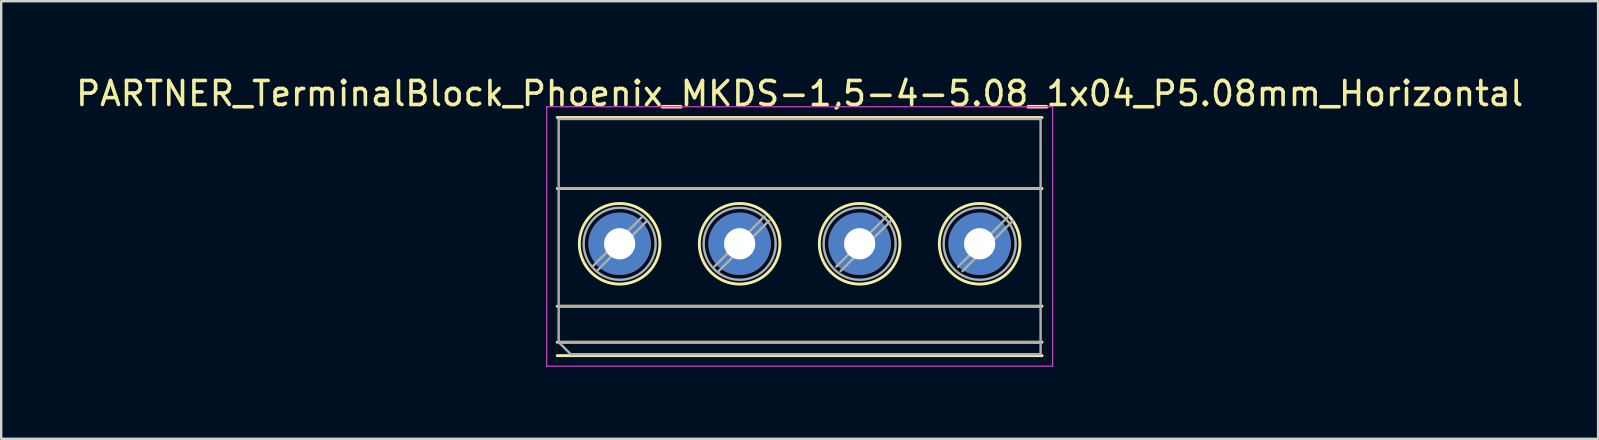
<source format=kicad_pcb>
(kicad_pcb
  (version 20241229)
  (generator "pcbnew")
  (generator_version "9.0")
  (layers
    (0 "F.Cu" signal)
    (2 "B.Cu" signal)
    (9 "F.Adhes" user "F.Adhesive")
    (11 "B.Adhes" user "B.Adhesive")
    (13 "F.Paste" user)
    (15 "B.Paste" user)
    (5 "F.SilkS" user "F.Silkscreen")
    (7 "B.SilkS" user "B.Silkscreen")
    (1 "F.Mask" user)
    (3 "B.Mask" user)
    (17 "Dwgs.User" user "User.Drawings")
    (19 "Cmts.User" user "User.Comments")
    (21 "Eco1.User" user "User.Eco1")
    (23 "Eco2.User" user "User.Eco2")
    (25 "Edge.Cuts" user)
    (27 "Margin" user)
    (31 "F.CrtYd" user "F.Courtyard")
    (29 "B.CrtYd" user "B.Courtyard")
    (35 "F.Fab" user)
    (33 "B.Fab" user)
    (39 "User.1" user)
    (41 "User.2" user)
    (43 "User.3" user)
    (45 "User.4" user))
  (footprint "PARTNER_TerminalBlock_Phoenix_MKDS-1,5-4-5.08_1x04_P5.08mm_Horizontal"
    (layer "F.Cu")
    (at 22.768 7.108)
    (property "Reference" "PARTNER_TerminalBlock_Phoenix_MKDS-1,5-4-5.08_1x04_P5.08mm_Horizontal" (at 7.5 -6.26 180) (layer "F.SilkS") (effects (font (size 1 1) (thickness 0.15))))
    (attr through_hole)
    (fp_line (start -2.6 -5.261) (end 17.6 -5.261) (stroke (width 0.12) (type solid)) (layer "F.SilkS"))
    (fp_line (start -2.6 -2.301) (end 17.6 -2.301) (stroke (width 0.12) (type solid)) (layer "F.SilkS"))
    (fp_line (start -2.6 2.6) (end 17.6 2.6) (stroke (width 0.12) (type solid)) (layer "F.SilkS"))
    (fp_line (start -2.6 4.1) (end 17.6 4.1) (stroke (width 0.12) (type solid)) (layer "F.SilkS"))
    (fp_line (start -2.6 4.66) (end 17.6 4.66) (stroke (width 0.12) (type solid)) (layer "F.SilkS"))
    (fp_circle (center 0 0) (end 1.68 0) (stroke (width 0.12) (type solid)) (fill no) (layer "F.SilkS"))
    (fp_circle (center 5 0) (end 6.68 0) (stroke (width 0.12) (type solid)) (fill no) (layer "F.SilkS"))
    (fp_circle (center 10 0) (end 11.68 0) (stroke (width 0.12) (type solid)) (fill no) (layer "F.SilkS"))
    (fp_circle (center 15 0) (end 16.68 0) (stroke (width 0.12) (type solid)) (fill no) (layer "F.SilkS"))
    (fp_line (start -3.04 -5.71) (end -3.04 5.1) (stroke (width 0.05) (type solid)) (layer "F.CrtYd"))
    (fp_line (start -3.04 5.1) (end 18.04 5.1) (stroke (width 0.05) (type solid)) (layer "F.CrtYd"))
    (fp_line (start 18.04 -5.71) (end -3.04 -5.71) (stroke (width 0.05) (type solid)) (layer "F.CrtYd"))
    (fp_line (start 18.04 5.1) (end 18.04 -5.71) (stroke (width 0.05) (type solid)) (layer "F.CrtYd"))
    (fp_line (start -2.54 -5.2) (end 17.54 -5.2) (stroke (width 0.1) (type solid)) (layer "F.Fab"))
    (fp_line (start -2.54 -2.3) (end 17.54 -2.3) (stroke (width 0.1) (type solid)) (layer "F.Fab"))
    (fp_line (start -2.54 2.6) (end 17.54 2.6) (stroke (width 0.1) (type solid)) (layer "F.Fab"))
    (fp_line (start -2.54 4.1) (end -2.54 -5.2) (stroke (width 0.1) (type solid)) (layer "F.Fab"))
    (fp_line (start -2.54 4.1) (end 17.54 4.1) (stroke (width 0.1) (type solid)) (layer "F.Fab"))
    (fp_line (start -2.04 4.6) (end -2.54 4.1) (stroke (width 0.1) (type solid)) (layer "F.Fab"))
    (fp_line (start 0.955 -1.138) (end -1.138 0.955) (stroke (width 0.1) (type solid)) (layer "F.Fab"))
    (fp_line (start 1.138 -0.955) (end -0.955 1.138) (stroke (width 0.1) (type solid)) (layer "F.Fab"))
    (fp_line (start 6.035 -1.138) (end 3.943 0.955) (stroke (width 0.1) (type solid)) (layer "F.Fab"))
    (fp_line (start 6.218 -0.955) (end 4.126 1.138) (stroke (width 0.1) (type solid)) (layer "F.Fab"))
    (fp_line (start 11.115 -1.138) (end 9.023 0.955) (stroke (width 0.1) (type solid)) (layer "F.Fab"))
    (fp_line (start 11.298 -0.955) (end 9.206 1.138) (stroke (width 0.1) (type solid)) (layer "F.Fab"))
    (fp_line (start 16.195 -1.138) (end 14.103 0.955) (stroke (width 0.1) (type solid)) (layer "F.Fab"))
    (fp_line (start 16.378 -0.955) (end 14.286 1.138) (stroke (width 0.1) (type solid)) (layer "F.Fab"))
    (fp_line (start 17.54 -5.2) (end 17.54 4.6) (stroke (width 0.1) (type solid)) (layer "F.Fab"))
    (fp_line (start 17.54 4.6) (end -2.04 4.6) (stroke (width 0.1) (type solid)) (layer "F.Fab"))
    (fp_circle (center 0 0) (end 1.5 0) (stroke (width 0.1) (type solid)) (fill no) (layer "F.Fab"))
    (fp_circle (center 5 0) (end 6.5 0) (stroke (width 0.1) (type solid)) (fill no) (layer "F.Fab"))
    (fp_circle (center 10 0) (end 11.5 0) (stroke (width 0.1) (type solid)) (fill no) (layer "F.Fab"))
    (fp_circle (center 15 0) (end 16.5 0) (stroke (width 0.1) (type solid)) (fill no) (layer "F.Fab"))
    (pad "1" thru_hole circle (at 0 0) (size 2.6 2.6) (drill 1.3) (layers "*.Cu" "*.Mask"))
    (pad "2" thru_hole circle (at 5 0) (size 2.6 2.6) (drill 1.3) (layers "*.Cu" "*.Mask"))
    (pad "3" thru_hole circle (at 10 0) (size 2.6 2.6) (drill 1.3) (layers "*.Cu" "*.Mask"))
    (pad "4" thru_hole circle (at 15 0) (size 2.6 2.6) (drill 1.3) (layers "*.Cu" "*.Mask")))
  (gr_rect
    (start -3 -3)
    (end 63.536 15.233)
    (stroke (width 0.1) (type default))
    (fill no)
    (layer "Edge.Cuts")))
</source>
